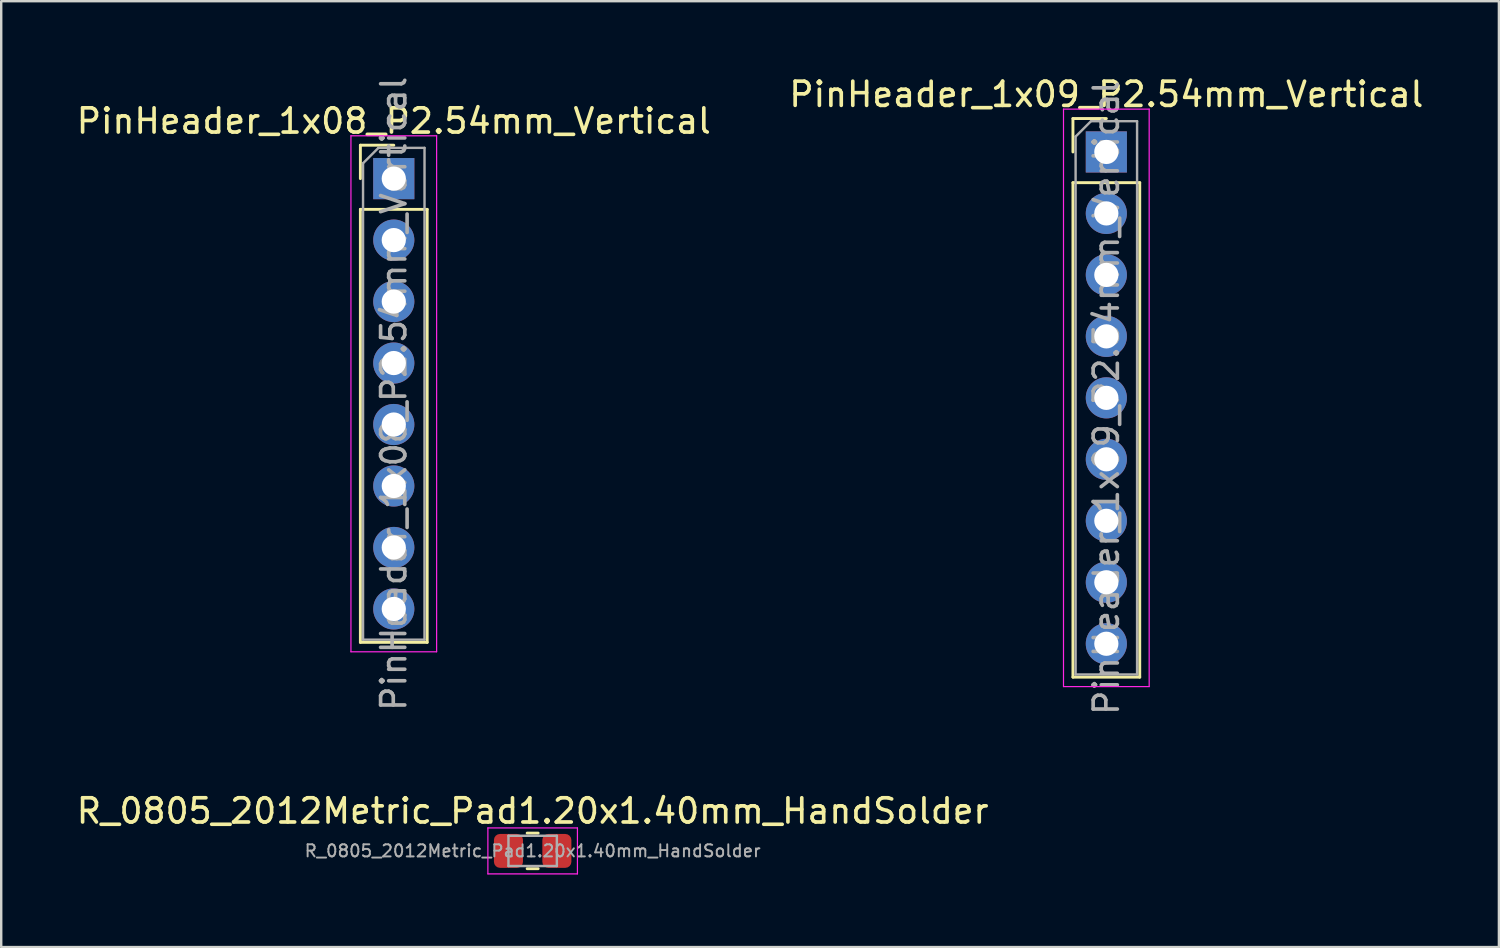
<source format=kicad_pcb>
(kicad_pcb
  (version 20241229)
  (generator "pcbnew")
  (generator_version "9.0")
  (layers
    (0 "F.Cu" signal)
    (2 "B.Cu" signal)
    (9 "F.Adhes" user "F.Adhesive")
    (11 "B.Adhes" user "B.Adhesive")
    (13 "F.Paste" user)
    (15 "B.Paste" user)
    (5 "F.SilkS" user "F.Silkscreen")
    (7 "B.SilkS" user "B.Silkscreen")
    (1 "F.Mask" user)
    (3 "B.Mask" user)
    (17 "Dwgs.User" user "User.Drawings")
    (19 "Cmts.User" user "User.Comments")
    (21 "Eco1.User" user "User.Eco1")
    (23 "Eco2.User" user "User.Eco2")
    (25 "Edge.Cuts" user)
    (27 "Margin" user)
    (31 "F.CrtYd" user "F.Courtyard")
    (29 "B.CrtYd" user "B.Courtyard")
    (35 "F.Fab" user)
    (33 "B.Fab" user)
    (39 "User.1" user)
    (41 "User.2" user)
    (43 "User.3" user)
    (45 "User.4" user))
  (footprint "R_0805_2012Metric_Pad1.20x1.40mm_HandSolder"
    (layer "F.Cu")
    (at 18.958 32.107)
    (property "Reference" "R_0805_2012Metric_Pad1.20x1.40mm_HandSolder" (at 0 -1.65 0) (layer "F.SilkS") (effects (font (size 1 1) (thickness 0.15))))
    (attr smd)
    (fp_line (start -0.227 -0.735) (end 0.227 -0.735) (stroke (width 0.12) (type solid)) (layer "F.SilkS"))
    (fp_line (start -0.227 0.735) (end 0.227 0.735) (stroke (width 0.12) (type solid)) (layer "F.SilkS"))
    (fp_line (start -1.85 -0.95) (end 1.85 -0.95) (stroke (width 0.05) (type solid)) (layer "F.CrtYd"))
    (fp_line (start -1.85 0.95) (end -1.85 -0.95) (stroke (width 0.05) (type solid)) (layer "F.CrtYd"))
    (fp_line (start 1.85 -0.95) (end 1.85 0.95) (stroke (width 0.05) (type solid)) (layer "F.CrtYd"))
    (fp_line (start 1.85 0.95) (end -1.85 0.95) (stroke (width 0.05) (type solid)) (layer "F.CrtYd"))
    (fp_line (start -1 -0.625) (end 1 -0.625) (stroke (width 0.1) (type solid)) (layer "F.Fab"))
    (fp_line (start -1 0.625) (end -1 -0.625) (stroke (width 0.1) (type solid)) (layer "F.Fab"))
    (fp_line (start 1 -0.625) (end 1 0.625) (stroke (width 0.1) (type solid)) (layer "F.Fab"))
    (fp_line (start 1 0.625) (end -1 0.625) (stroke (width 0.1) (type solid)) (layer "F.Fab"))
    (fp_text user "${REFERENCE}" (at 0 0 0) (layer "F.Fab") (effects (font (size 0.5 0.5) (thickness 0.08))))
    (pad "1" smd roundrect (at -1 0) (size 1.2 1.4) (layers "F.Cu" "F.Mask" "F.Paste") (roundrect_rratio 0.208))
    (pad "2" smd roundrect (at 1 0) (size 1.2 1.4) (layers "F.Cu" "F.Mask" "F.Paste") (roundrect_rratio 0.208)))
  (footprint "PinHeader_1x08_P2.54mm_Vertical"
    (layer "F.Cu")
    (at 13.22 4.33)
    (property "Reference" "PinHeader_1x08_P2.54mm_Vertical" (at 0 -2.38 0) (layer "F.SilkS") (effects (font (size 1 1) (thickness 0.15))))
    (attr through_hole)
    (fp_line (start -1.38 -1.38) (end 0 -1.38) (stroke (width 0.12) (type solid)) (layer "F.SilkS"))
    (fp_line (start -1.38 0) (end -1.38 -1.38) (stroke (width 0.12) (type solid)) (layer "F.SilkS"))
    (fp_line (start -1.38 1.27) (end -1.38 19.16) (stroke (width 0.12) (type solid)) (layer "F.SilkS"))
    (fp_line (start -1.38 1.27) (end 1.38 1.27) (stroke (width 0.12) (type solid)) (layer "F.SilkS"))
    (fp_line (start -1.38 19.16) (end 1.38 19.16) (stroke (width 0.12) (type solid)) (layer "F.SilkS"))
    (fp_line (start 1.38 1.27) (end 1.38 19.16) (stroke (width 0.12) (type solid)) (layer "F.SilkS"))
    (fp_line (start -1.77 -1.77) (end -1.77 19.55) (stroke (width 0.05) (type solid)) (layer "F.CrtYd"))
    (fp_line (start -1.77 19.55) (end 1.77 19.55) (stroke (width 0.05) (type solid)) (layer "F.CrtYd"))
    (fp_line (start 1.77 -1.77) (end -1.77 -1.77) (stroke (width 0.05) (type solid)) (layer "F.CrtYd"))
    (fp_line (start 1.77 19.55) (end 1.77 -1.77) (stroke (width 0.05) (type solid)) (layer "F.CrtYd"))
    (fp_line (start -1.27 -0.635) (end -0.635 -1.27) (stroke (width 0.1) (type solid)) (layer "F.Fab"))
    (fp_line (start -1.27 19.05) (end -1.27 -0.635) (stroke (width 0.1) (type solid)) (layer "F.Fab"))
    (fp_line (start -0.635 -1.27) (end 1.27 -1.27) (stroke (width 0.1) (type solid)) (layer "F.Fab"))
    (fp_line (start 1.27 -1.27) (end 1.27 19.05) (stroke (width 0.1) (type solid)) (layer "F.Fab"))
    (fp_line (start 1.27 19.05) (end -1.27 19.05) (stroke (width 0.1) (type solid)) (layer "F.Fab"))
    (fp_text user "${REFERENCE}" (at 0 8.89 90) (layer "F.Fab") (effects (font (size 1 1) (thickness 0.15))))
    (pad "1" thru_hole rect (at 0 0) (size 1.7 1.7) (drill 1) (layers "*.Cu" "*.Mask"))
    (pad "2" thru_hole circle (at 0 2.54) (size 1.7 1.7) (drill 1) (layers "*.Cu" "*.Mask"))
    (pad "3" thru_hole circle (at 0 5.08) (size 1.7 1.7) (drill 1) (layers "*.Cu" "*.Mask"))
    (pad "4" thru_hole circle (at 0 7.62) (size 1.7 1.7) (drill 1) (layers "*.Cu" "*.Mask"))
    (pad "5" thru_hole circle (at 0 10.16) (size 1.7 1.7) (drill 1) (layers "*.Cu" "*.Mask"))
    (pad "6" thru_hole circle (at 0 12.7) (size 1.7 1.7) (drill 1) (layers "*.Cu" "*.Mask"))
    (pad "7" thru_hole circle (at 0 15.24) (size 1.7 1.7) (drill 1) (layers "*.Cu" "*.Mask"))
    (pad "8" thru_hole circle (at 0 17.78) (size 1.7 1.7) (drill 1) (layers "*.Cu" "*.Mask")))
  (footprint "PinHeader_1x09_P2.54mm_Vertical"
    (layer "F.Cu")
    (at 42.661 3.228)
    (property "Reference" "PinHeader_1x09_P2.54mm_Vertical" (at 0 -2.38 0) (layer "F.SilkS") (effects (font (size 1 1) (thickness 0.15))))
    (attr through_hole)
    (fp_line (start -1.38 -1.38) (end 0 -1.38) (stroke (width 0.12) (type solid)) (layer "F.SilkS"))
    (fp_line (start -1.38 0) (end -1.38 -1.38) (stroke (width 0.12) (type solid)) (layer "F.SilkS"))
    (fp_line (start -1.38 1.27) (end -1.38 21.7) (stroke (width 0.12) (type solid)) (layer "F.SilkS"))
    (fp_line (start -1.38 1.27) (end 1.38 1.27) (stroke (width 0.12) (type solid)) (layer "F.SilkS"))
    (fp_line (start -1.38 21.7) (end 1.38 21.7) (stroke (width 0.12) (type solid)) (layer "F.SilkS"))
    (fp_line (start 1.38 1.27) (end 1.38 21.7) (stroke (width 0.12) (type solid)) (layer "F.SilkS"))
    (fp_line (start -1.77 -1.77) (end -1.77 22.09) (stroke (width 0.05) (type solid)) (layer "F.CrtYd"))
    (fp_line (start -1.77 22.09) (end 1.77 22.09) (stroke (width 0.05) (type solid)) (layer "F.CrtYd"))
    (fp_line (start 1.77 -1.77) (end -1.77 -1.77) (stroke (width 0.05) (type solid)) (layer "F.CrtYd"))
    (fp_line (start 1.77 22.09) (end 1.77 -1.77) (stroke (width 0.05) (type solid)) (layer "F.CrtYd"))
    (fp_line (start -1.27 -0.635) (end -0.635 -1.27) (stroke (width 0.1) (type solid)) (layer "F.Fab"))
    (fp_line (start -1.27 21.59) (end -1.27 -0.635) (stroke (width 0.1) (type solid)) (layer "F.Fab"))
    (fp_line (start -0.635 -1.27) (end 1.27 -1.27) (stroke (width 0.1) (type solid)) (layer "F.Fab"))
    (fp_line (start 1.27 -1.27) (end 1.27 21.59) (stroke (width 0.1) (type solid)) (layer "F.Fab"))
    (fp_line (start 1.27 21.59) (end -1.27 21.59) (stroke (width 0.1) (type solid)) (layer "F.Fab"))
    (fp_text user "${REFERENCE}" (at 0 10.16 90) (layer "F.Fab") (effects (font (size 1 1) (thickness 0.15))))
    (pad "1" thru_hole rect (at 0 0) (size 1.7 1.7) (drill 1) (layers "*.Cu" "*.Mask"))
    (pad "2" thru_hole circle (at 0 2.54) (size 1.7 1.7) (drill 1) (layers "*.Cu" "*.Mask"))
    (pad "3" thru_hole circle (at 0 5.08) (size 1.7 1.7) (drill 1) (layers "*.Cu" "*.Mask"))
    (pad "4" thru_hole circle (at 0 7.62) (size 1.7 1.7) (drill 1) (layers "*.Cu" "*.Mask"))
    (pad "5" thru_hole circle (at 0 10.16) (size 1.7 1.7) (drill 1) (layers "*.Cu" "*.Mask"))
    (pad "6" thru_hole circle (at 0 12.7) (size 1.7 1.7) (drill 1) (layers "*.Cu" "*.Mask"))
    (pad "7" thru_hole circle (at 0 15.24) (size 1.7 1.7) (drill 1) (layers "*.Cu" "*.Mask"))
    (pad "8" thru_hole circle (at 0 17.78) (size 1.7 1.7) (drill 1) (layers "*.Cu" "*.Mask"))
    (pad "9" thru_hole circle (at 0 20.32) (size 1.7 1.7) (drill 1) (layers "*.Cu" "*.Mask")))
  (gr_rect
    (start -3 -3)
    (end 58.881 36.082)
    (stroke (width 0.1) (type default))
    (fill no)
    (layer "Edge.Cuts")))
</source>
